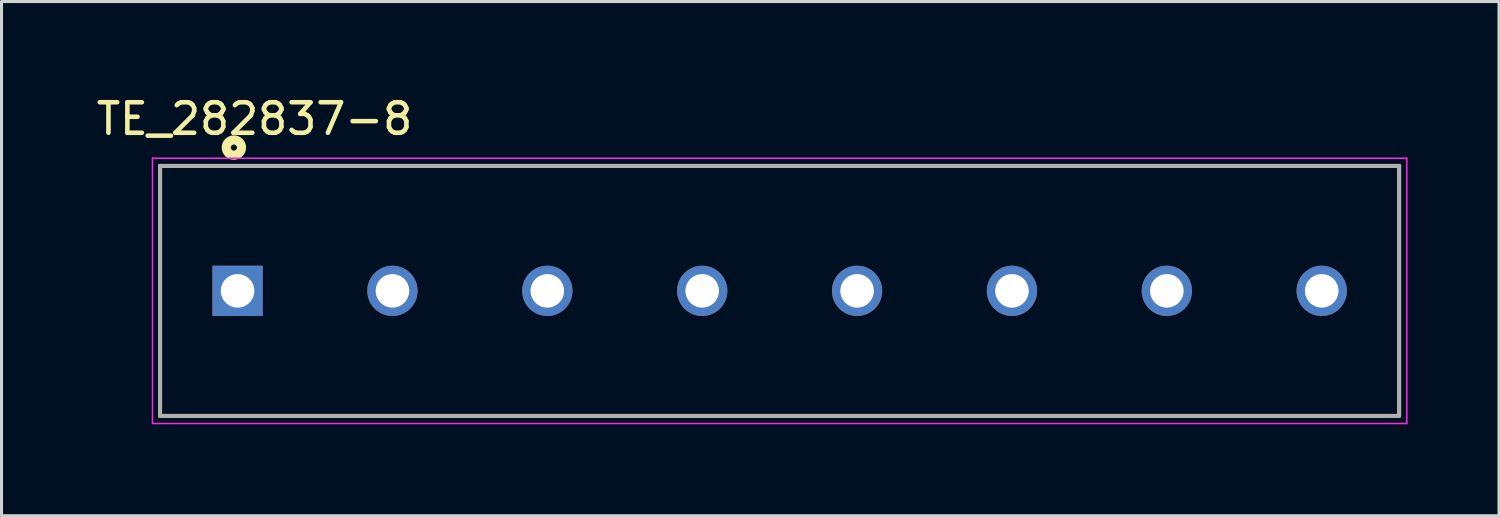
<source format=kicad_pcb>
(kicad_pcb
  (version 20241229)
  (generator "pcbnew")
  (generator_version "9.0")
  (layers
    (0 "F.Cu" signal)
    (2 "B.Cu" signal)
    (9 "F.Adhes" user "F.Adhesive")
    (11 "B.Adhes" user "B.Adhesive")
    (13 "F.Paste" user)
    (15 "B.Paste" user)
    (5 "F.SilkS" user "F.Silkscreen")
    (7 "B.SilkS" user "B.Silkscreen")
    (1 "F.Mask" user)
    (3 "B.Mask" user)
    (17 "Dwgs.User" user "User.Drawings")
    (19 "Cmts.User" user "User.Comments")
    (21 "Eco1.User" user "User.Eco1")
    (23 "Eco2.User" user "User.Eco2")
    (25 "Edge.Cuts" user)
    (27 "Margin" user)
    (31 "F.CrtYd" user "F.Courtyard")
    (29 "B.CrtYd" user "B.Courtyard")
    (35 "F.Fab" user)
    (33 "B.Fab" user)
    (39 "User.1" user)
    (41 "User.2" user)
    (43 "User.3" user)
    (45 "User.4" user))
  (footprint "TE_282837-8"
    (layer "F.Cu")
    (at 4.742 6.49)
    (property "Reference" "TE_282837-8" (at 0.556 -5.641 0) (layer "F.SilkS") (effects (font (size 1.001 1.001) (thickness 0.15))))
    (attr through_hole)
    (fp_line (start -2.54 -4.1) (end -2.54 4.1) (stroke (width 0.127) (type solid)) (layer "F.SilkS"))
    (fp_line (start -2.54 4.1) (end 38.1 4.1) (stroke (width 0.127) (type solid)) (layer "F.SilkS"))
    (fp_line (start 38.1 -4.1) (end -2.54 -4.1) (stroke (width 0.127) (type solid)) (layer "F.SilkS"))
    (fp_line (start 38.1 4.1) (end 38.1 -4.1) (stroke (width 0.127) (type solid)) (layer "F.SilkS"))
    (fp_circle (center -0.12 -4.7) (end -0.02 -4.7) (stroke (width 0.3) (type solid)) (fill no) (layer "F.SilkS"))
    (fp_line (start -2.79 -4.35) (end 38.35 -4.35) (stroke (width 0.05) (type solid)) (layer "F.CrtYd"))
    (fp_line (start -2.79 4.35) (end -2.79 -4.35) (stroke (width 0.05) (type solid)) (layer "F.CrtYd"))
    (fp_line (start 38.35 -4.35) (end 38.35 4.35) (stroke (width 0.05) (type solid)) (layer "F.CrtYd"))
    (fp_line (start 38.35 4.35) (end -2.79 4.35) (stroke (width 0.05) (type solid)) (layer "F.CrtYd"))
    (fp_line (start -2.54 -4.1) (end 38.1 -4.1) (stroke (width 0.127) (type solid)) (layer "F.Fab"))
    (fp_line (start -2.54 4.1) (end -2.54 -4.1) (stroke (width 0.127) (type solid)) (layer "F.Fab"))
    (fp_line (start 38.1 -4.1) (end 38.1 4.1) (stroke (width 0.127) (type solid)) (layer "F.Fab"))
    (fp_line (start 38.1 4.1) (end -2.54 4.1) (stroke (width 0.127) (type solid)) (layer "F.Fab"))
    (pad "1" thru_hole rect (at 0 0) (size 1.65 1.65) (drill 1.1) (layers "*.Cu" "*.Mask"))
    (pad "2" thru_hole circle (at 5.08 0) (size 1.65 1.65) (drill 1.1) (layers "*.Cu" "*.Mask"))
    (pad "3" thru_hole circle (at 10.16 0) (size 1.65 1.65) (drill 1.1) (layers "*.Cu" "*.Mask"))
    (pad "4" thru_hole circle (at 15.24 0) (size 1.65 1.65) (drill 1.1) (layers "*.Cu" "*.Mask"))
    (pad "5" thru_hole circle (at 20.32 0) (size 1.65 1.65) (drill 1.1) (layers "*.Cu" "*.Mask"))
    (pad "6" thru_hole circle (at 25.4 0) (size 1.65 1.65) (drill 1.1) (layers "*.Cu" "*.Mask"))
    (pad "7" thru_hole circle (at 30.48 0) (size 1.65 1.65) (drill 1.1) (layers "*.Cu" "*.Mask"))
    (pad "8" thru_hole circle (at 35.56 0) (size 1.65 1.65) (drill 1.1) (layers "*.Cu" "*.Mask")))
  (gr_rect
    (start -3 -3)
    (end 46.117 13.865)
    (stroke (width 0.1) (type default))
    (fill no)
    (layer "Edge.Cuts")))
</source>
